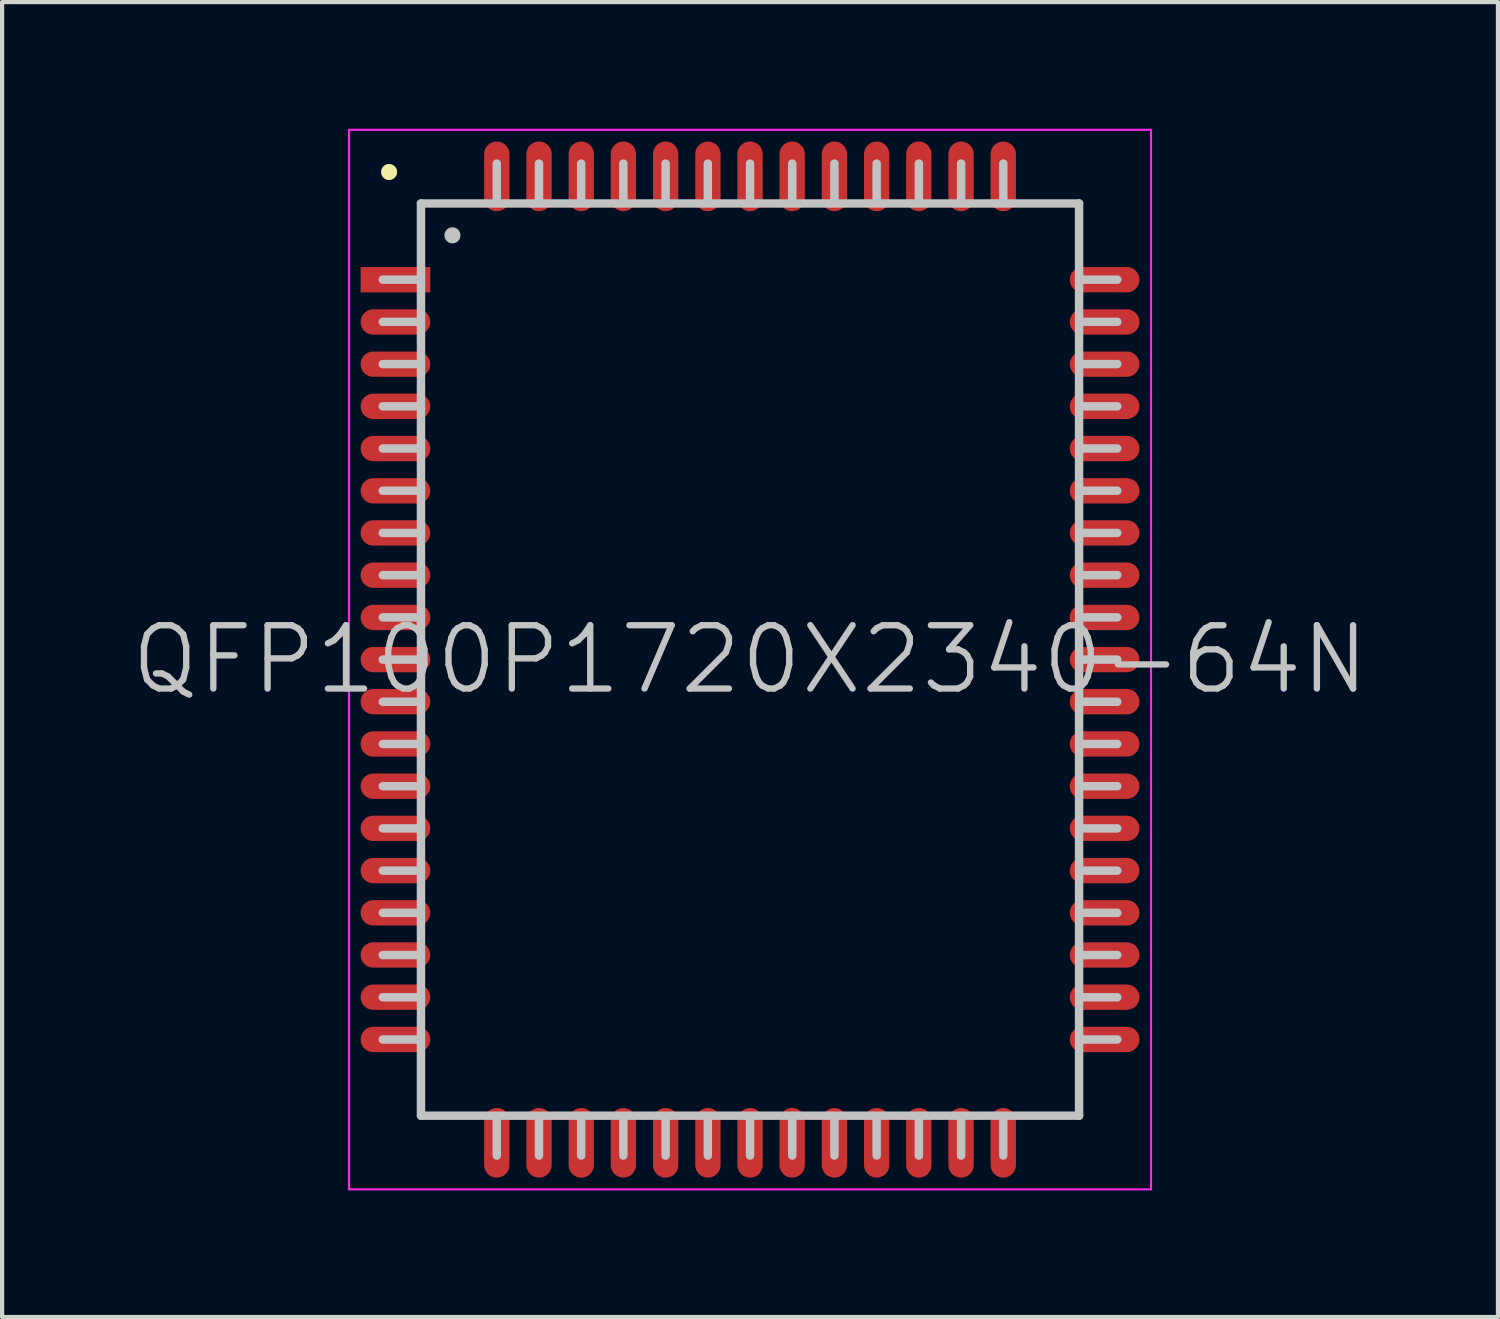
<source format=kicad_pcb>
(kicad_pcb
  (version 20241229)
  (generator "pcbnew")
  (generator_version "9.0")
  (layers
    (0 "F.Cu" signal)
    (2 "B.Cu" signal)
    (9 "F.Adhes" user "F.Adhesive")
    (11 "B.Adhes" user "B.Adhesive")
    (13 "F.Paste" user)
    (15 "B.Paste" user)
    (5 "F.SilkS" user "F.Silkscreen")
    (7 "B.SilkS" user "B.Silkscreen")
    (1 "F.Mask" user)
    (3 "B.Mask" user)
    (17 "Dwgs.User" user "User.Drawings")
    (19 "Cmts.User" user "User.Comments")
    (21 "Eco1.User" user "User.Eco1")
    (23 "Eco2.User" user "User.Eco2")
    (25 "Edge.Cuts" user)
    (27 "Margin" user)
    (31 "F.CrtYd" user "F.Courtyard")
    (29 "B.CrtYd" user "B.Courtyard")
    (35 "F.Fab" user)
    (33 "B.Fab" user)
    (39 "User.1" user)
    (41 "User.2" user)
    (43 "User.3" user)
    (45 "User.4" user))
  (footprint "QFP100P1720X2340-64N"
    (layer "F.Cu")
    (at 14.718 12.575)
    (property "Reference" "QFP100P1720X2340-64N" (at 0 0 0) (layer "Dwgs.User") (effects (font (size 1.5 1.5) (thickness 0.15))))
    (attr smd)
    (fp_line (start -8.55 -11.55) (end -8.55 -11.55) (stroke (width 0.381) (type solid)) (layer "F.SilkS"))
    (fp_line (start -7.8 -9) (end -8.7 -9) (stroke (width 0.2) (type solid)) (layer "Dwgs.User"))
    (fp_line (start -7.8 -8) (end -8.7 -8) (stroke (width 0.2) (type solid)) (layer "Dwgs.User"))
    (fp_line (start -7.8 -7) (end -8.7 -7) (stroke (width 0.2) (type solid)) (layer "Dwgs.User"))
    (fp_line (start -7.8 -6) (end -8.7 -6) (stroke (width 0.2) (type solid)) (layer "Dwgs.User"))
    (fp_line (start -7.8 -5) (end -8.7 -5) (stroke (width 0.2) (type solid)) (layer "Dwgs.User"))
    (fp_line (start -7.8 -4) (end -8.7 -4) (stroke (width 0.2) (type solid)) (layer "Dwgs.User"))
    (fp_line (start -7.8 -3) (end -8.7 -3) (stroke (width 0.2) (type solid)) (layer "Dwgs.User"))
    (fp_line (start -7.8 -2) (end -8.7 -2) (stroke (width 0.2) (type solid)) (layer "Dwgs.User"))
    (fp_line (start -7.8 -1) (end -8.7 -1) (stroke (width 0.2) (type solid)) (layer "Dwgs.User"))
    (fp_line (start -7.8 0) (end -8.7 0) (stroke (width 0.2) (type solid)) (layer "Dwgs.User"))
    (fp_line (start -7.8 1) (end -8.7 1) (stroke (width 0.2) (type solid)) (layer "Dwgs.User"))
    (fp_line (start -7.8 2) (end -8.7 2) (stroke (width 0.2) (type solid)) (layer "Dwgs.User"))
    (fp_line (start -7.8 3) (end -8.7 3) (stroke (width 0.2) (type solid)) (layer "Dwgs.User"))
    (fp_line (start -7.8 4) (end -8.7 4) (stroke (width 0.2) (type solid)) (layer "Dwgs.User"))
    (fp_line (start -7.8 5) (end -8.7 5) (stroke (width 0.2) (type solid)) (layer "Dwgs.User"))
    (fp_line (start -7.8 6) (end -8.7 6) (stroke (width 0.2) (type solid)) (layer "Dwgs.User"))
    (fp_line (start -7.8 7) (end -8.7 7) (stroke (width 0.2) (type solid)) (layer "Dwgs.User"))
    (fp_line (start -7.8 8) (end -8.7 8) (stroke (width 0.2) (type solid)) (layer "Dwgs.User"))
    (fp_line (start -7.8 9) (end -8.7 9) (stroke (width 0.2) (type solid)) (layer "Dwgs.User"))
    (fp_line (start -7.795 -10.805) (end -7.795 10.805) (stroke (width 0.2) (type solid)) (layer "Dwgs.User"))
    (fp_line (start -7.795 -10.805) (end 7.795 -10.805) (stroke (width 0.2) (type solid)) (layer "Dwgs.User"))
    (fp_line (start -7.795 10.805) (end 7.795 10.805) (stroke (width 0.2) (type solid)) (layer "Dwgs.User"))
    (fp_line (start -7.05 -10.05) (end -7.05 -10.05) (stroke (width 0.381) (type solid)) (layer "Dwgs.User"))
    (fp_line (start -6 -10.85) (end -6 -11.75) (stroke (width 0.2) (type solid)) (layer "Dwgs.User"))
    (fp_line (start -6 11.75) (end -6 10.85) (stroke (width 0.2) (type solid)) (layer "Dwgs.User"))
    (fp_line (start -5 -10.85) (end -5 -11.75) (stroke (width 0.2) (type solid)) (layer "Dwgs.User"))
    (fp_line (start -5 11.75) (end -5 10.85) (stroke (width 0.2) (type solid)) (layer "Dwgs.User"))
    (fp_line (start -4 -10.85) (end -4 -11.75) (stroke (width 0.2) (type solid)) (layer "Dwgs.User"))
    (fp_line (start -4 11.75) (end -4 10.85) (stroke (width 0.2) (type solid)) (layer "Dwgs.User"))
    (fp_line (start -3 -10.85) (end -3 -11.75) (stroke (width 0.2) (type solid)) (layer "Dwgs.User"))
    (fp_line (start -3 11.75) (end -3 10.85) (stroke (width 0.2) (type solid)) (layer "Dwgs.User"))
    (fp_line (start -2 -10.85) (end -2 -11.75) (stroke (width 0.2) (type solid)) (layer "Dwgs.User"))
    (fp_line (start -2 11.75) (end -2 10.85) (stroke (width 0.2) (type solid)) (layer "Dwgs.User"))
    (fp_line (start -1 -10.85) (end -1 -11.75) (stroke (width 0.2) (type solid)) (layer "Dwgs.User"))
    (fp_line (start -1 11.75) (end -1 10.85) (stroke (width 0.2) (type solid)) (layer "Dwgs.User"))
    (fp_line (start 0 -10.85) (end 0 -11.75) (stroke (width 0.2) (type solid)) (layer "Dwgs.User"))
    (fp_line (start 0 11.75) (end 0 10.85) (stroke (width 0.2) (type solid)) (layer "Dwgs.User"))
    (fp_line (start 1 -10.85) (end 1 -11.75) (stroke (width 0.2) (type solid)) (layer "Dwgs.User"))
    (fp_line (start 1 11.75) (end 1 10.85) (stroke (width 0.2) (type solid)) (layer "Dwgs.User"))
    (fp_line (start 2 -10.85) (end 2 -11.75) (stroke (width 0.2) (type solid)) (layer "Dwgs.User"))
    (fp_line (start 2 11.75) (end 2 10.85) (stroke (width 0.2) (type solid)) (layer "Dwgs.User"))
    (fp_line (start 3 -10.85) (end 3 -11.75) (stroke (width 0.2) (type solid)) (layer "Dwgs.User"))
    (fp_line (start 3 11.75) (end 3 10.85) (stroke (width 0.2) (type solid)) (layer "Dwgs.User"))
    (fp_line (start 4 -10.85) (end 4 -11.75) (stroke (width 0.2) (type solid)) (layer "Dwgs.User"))
    (fp_line (start 4 11.75) (end 4 10.85) (stroke (width 0.2) (type solid)) (layer "Dwgs.User"))
    (fp_line (start 5 -10.85) (end 5 -11.75) (stroke (width 0.2) (type solid)) (layer "Dwgs.User"))
    (fp_line (start 5 11.75) (end 5 10.85) (stroke (width 0.2) (type solid)) (layer "Dwgs.User"))
    (fp_line (start 6 -10.85) (end 6 -11.75) (stroke (width 0.2) (type solid)) (layer "Dwgs.User"))
    (fp_line (start 6 11.75) (end 6 10.85) (stroke (width 0.2) (type solid)) (layer "Dwgs.User"))
    (fp_line (start 7.795 -10.805) (end 7.795 10.805) (stroke (width 0.2) (type solid)) (layer "Dwgs.User"))
    (fp_line (start 8.7 -9) (end 7.8 -9) (stroke (width 0.2) (type solid)) (layer "Dwgs.User"))
    (fp_line (start 8.7 -8) (end 7.8 -8) (stroke (width 0.2) (type solid)) (layer "Dwgs.User"))
    (fp_line (start 8.7 -7) (end 7.8 -7) (stroke (width 0.2) (type solid)) (layer "Dwgs.User"))
    (fp_line (start 8.7 -6) (end 7.8 -6) (stroke (width 0.2) (type solid)) (layer "Dwgs.User"))
    (fp_line (start 8.7 -5) (end 7.8 -5) (stroke (width 0.2) (type solid)) (layer "Dwgs.User"))
    (fp_line (start 8.7 -4) (end 7.8 -4) (stroke (width 0.2) (type solid)) (layer "Dwgs.User"))
    (fp_line (start 8.7 -3) (end 7.8 -3) (stroke (width 0.2) (type solid)) (layer "Dwgs.User"))
    (fp_line (start 8.7 -2) (end 7.8 -2) (stroke (width 0.2) (type solid)) (layer "Dwgs.User"))
    (fp_line (start 8.7 -1) (end 7.8 -1) (stroke (width 0.2) (type solid)) (layer "Dwgs.User"))
    (fp_line (start 8.7 0) (end 7.8 0) (stroke (width 0.2) (type solid)) (layer "Dwgs.User"))
    (fp_line (start 8.7 1) (end 7.8 1) (stroke (width 0.2) (type solid)) (layer "Dwgs.User"))
    (fp_line (start 8.7 2) (end 7.8 2) (stroke (width 0.2) (type solid)) (layer "Dwgs.User"))
    (fp_line (start 8.7 3) (end 7.8 3) (stroke (width 0.2) (type solid)) (layer "Dwgs.User"))
    (fp_line (start 8.7 4) (end 7.8 4) (stroke (width 0.2) (type solid)) (layer "Dwgs.User"))
    (fp_line (start 8.7 5) (end 7.8 5) (stroke (width 0.2) (type solid)) (layer "Dwgs.User"))
    (fp_line (start 8.7 6) (end 7.8 6) (stroke (width 0.2) (type solid)) (layer "Dwgs.User"))
    (fp_line (start 8.7 7) (end 7.8 7) (stroke (width 0.2) (type solid)) (layer "Dwgs.User"))
    (fp_line (start 8.7 8) (end 7.8 8) (stroke (width 0.2) (type solid)) (layer "Dwgs.User"))
    (fp_line (start 8.7 9) (end 7.8 9) (stroke (width 0.2) (type solid)) (layer "Dwgs.User"))
    (fp_line (start -9.5 -12.55) (end -9.5 12.55) (stroke (width 0.05) (type solid)) (layer "F.CrtYd"))
    (fp_line (start -9.5 -12.55) (end 9.5 -12.55) (stroke (width 0.05) (type solid)) (layer "F.CrtYd"))
    (fp_line (start -9.5 12.55) (end 9.5 12.55) (stroke (width 0.05) (type solid)) (layer "F.CrtYd"))
    (fp_line (start 9.5 -12.55) (end 9.5 12.55) (stroke (width 0.05) (type solid)) (layer "F.CrtYd"))
    (pad "1" smd rect (at -8.4 -8.999 90) (size 0.6 1.65) (layers "F.Cu" "F.Mask" "F.Paste"))
    (pad "2" smd oval (at -8.4 -7.998 90) (size 0.6 1.65) (layers "F.Cu" "F.Mask" "F.Paste"))
    (pad "3" smd oval (at -8.4 -6.998 90) (size 0.6 1.65) (layers "F.Cu" "F.Mask" "F.Paste"))
    (pad "4" smd oval (at -8.4 -5.999 90) (size 0.6 1.65) (layers "F.Cu" "F.Mask" "F.Paste"))
    (pad "5" smd oval (at -8.4 -4.999 90) (size 0.6 1.65) (layers "F.Cu" "F.Mask" "F.Paste"))
    (pad "6" smd oval (at -8.4 -3.998 90) (size 0.6 1.65) (layers "F.Cu" "F.Mask" "F.Paste"))
    (pad "7" smd oval (at -8.4 -3 90) (size 0.6 1.65) (layers "F.Cu" "F.Mask" "F.Paste"))
    (pad "8" smd oval (at -8.4 -1.999 90) (size 0.6 1.65) (layers "F.Cu" "F.Mask" "F.Paste"))
    (pad "9" smd oval (at -8.4 -0.998 90) (size 0.6 1.65) (layers "F.Cu" "F.Mask" "F.Paste"))
    (pad "10" smd oval (at -8.4 0 90) (size 0.6 1.65) (layers "F.Cu" "F.Mask" "F.Paste"))
    (pad "11" smd oval (at -8.4 0.998 90) (size 0.6 1.65) (layers "F.Cu" "F.Mask" "F.Paste"))
    (pad "12" smd oval (at -8.4 1.999 90) (size 0.6 1.65) (layers "F.Cu" "F.Mask" "F.Paste"))
    (pad "13" smd oval (at -8.4 3 90) (size 0.6 1.65) (layers "F.Cu" "F.Mask" "F.Paste"))
    (pad "14" smd oval (at -8.4 3.998 90) (size 0.6 1.65) (layers "F.Cu" "F.Mask" "F.Paste"))
    (pad "15" smd oval (at -8.4 4.999 90) (size 0.6 1.65) (layers "F.Cu" "F.Mask" "F.Paste"))
    (pad "16" smd oval (at -8.4 5.999 90) (size 0.6 1.65) (layers "F.Cu" "F.Mask" "F.Paste"))
    (pad "17" smd oval (at -8.4 6.998 90) (size 0.6 1.65) (layers "F.Cu" "F.Mask" "F.Paste"))
    (pad "18" smd oval (at -8.4 7.998 90) (size 0.6 1.65) (layers "F.Cu" "F.Mask" "F.Paste"))
    (pad "19" smd oval (at -8.4 8.999 90) (size 0.6 1.65) (layers "F.Cu" "F.Mask" "F.Paste"))
    (pad "20" smd oval (at -5.999 11.448 180) (size 0.6 1.65) (layers "F.Cu" "F.Mask" "F.Paste"))
    (pad "21" smd oval (at -4.999 11.448 180) (size 0.6 1.65) (layers "F.Cu" "F.Mask" "F.Paste"))
    (pad "22" smd oval (at -3.998 11.448 180) (size 0.6 1.65) (layers "F.Cu" "F.Mask" "F.Paste"))
    (pad "23" smd oval (at -3 11.448 180) (size 0.6 1.65) (layers "F.Cu" "F.Mask" "F.Paste"))
    (pad "24" smd oval (at -1.999 11.448 180) (size 0.6 1.65) (layers "F.Cu" "F.Mask" "F.Paste"))
    (pad "25" smd oval (at -0.998 11.448 180) (size 0.6 1.65) (layers "F.Cu" "F.Mask" "F.Paste"))
    (pad "26" smd oval (at 0 11.448 180) (size 0.6 1.65) (layers "F.Cu" "F.Mask" "F.Paste"))
    (pad "27" smd oval (at 0.998 11.448 180) (size 0.6 1.65) (layers "F.Cu" "F.Mask" "F.Paste"))
    (pad "28" smd oval (at 1.999 11.448 180) (size 0.6 1.65) (layers "F.Cu" "F.Mask" "F.Paste"))
    (pad "29" smd oval (at 3 11.448 180) (size 0.6 1.65) (layers "F.Cu" "F.Mask" "F.Paste"))
    (pad "30" smd oval (at 3.998 11.448 180) (size 0.6 1.65) (layers "F.Cu" "F.Mask" "F.Paste"))
    (pad "31" smd oval (at 4.999 11.448 180) (size 0.6 1.65) (layers "F.Cu" "F.Mask" "F.Paste"))
    (pad "32" smd oval (at 5.999 11.448 180) (size 0.6 1.65) (layers "F.Cu" "F.Mask" "F.Paste"))
    (pad "33" smd oval (at 8.4 8.999 270) (size 0.6 1.65) (layers "F.Cu" "F.Mask" "F.Paste"))
    (pad "34" smd oval (at 8.4 7.998 270) (size 0.6 1.65) (layers "F.Cu" "F.Mask" "F.Paste"))
    (pad "35" smd oval (at 8.4 6.998 270) (size 0.6 1.65) (layers "F.Cu" "F.Mask" "F.Paste"))
    (pad "36" smd oval (at 8.4 5.999 270) (size 0.6 1.65) (layers "F.Cu" "F.Mask" "F.Paste"))
    (pad "37" smd oval (at 8.4 4.999 270) (size 0.6 1.65) (layers "F.Cu" "F.Mask" "F.Paste"))
    (pad "38" smd oval (at 8.4 3.998 270) (size 0.6 1.65) (layers "F.Cu" "F.Mask" "F.Paste"))
    (pad "39" smd oval (at 8.4 3 270) (size 0.6 1.65) (layers "F.Cu" "F.Mask" "F.Paste"))
    (pad "40" smd oval (at 8.4 1.999 270) (size 0.6 1.65) (layers "F.Cu" "F.Mask" "F.Paste"))
    (pad "41" smd oval (at 8.4 0.998 270) (size 0.6 1.65) (layers "F.Cu" "F.Mask" "F.Paste"))
    (pad "42" smd oval (at 8.4 0 270) (size 0.6 1.65) (layers "F.Cu" "F.Mask" "F.Paste"))
    (pad "43" smd oval (at 8.4 -0.998 270) (size 0.6 1.65) (layers "F.Cu" "F.Mask" "F.Paste"))
    (pad "44" smd oval (at 8.4 -1.999 270) (size 0.6 1.65) (layers "F.Cu" "F.Mask" "F.Paste"))
    (pad "45" smd oval (at 8.4 -3 270) (size 0.6 1.65) (layers "F.Cu" "F.Mask" "F.Paste"))
    (pad "46" smd oval (at 8.4 -3.998 270) (size 0.6 1.65) (layers "F.Cu" "F.Mask" "F.Paste"))
    (pad "47" smd oval (at 8.4 -4.999 270) (size 0.6 1.65) (layers "F.Cu" "F.Mask" "F.Paste"))
    (pad "48" smd oval (at 8.4 -5.999 270) (size 0.6 1.65) (layers "F.Cu" "F.Mask" "F.Paste"))
    (pad "49" smd oval (at 8.4 -6.998 270) (size 0.6 1.65) (layers "F.Cu" "F.Mask" "F.Paste"))
    (pad "50" smd oval (at 8.4 -7.998 270) (size 0.6 1.65) (layers "F.Cu" "F.Mask" "F.Paste"))
    (pad "51" smd oval (at 8.4 -8.999 270) (size 0.6 1.65) (layers "F.Cu" "F.Mask" "F.Paste"))
    (pad "52" smd oval (at 5.999 -11.448) (size 0.6 1.65) (layers "F.Cu" "F.Mask" "F.Paste"))
    (pad "53" smd oval (at 4.999 -11.448) (size 0.6 1.65) (layers "F.Cu" "F.Mask" "F.Paste"))
    (pad "54" smd oval (at 3.998 -11.448) (size 0.6 1.65) (layers "F.Cu" "F.Mask" "F.Paste"))
    (pad "55" smd oval (at 3 -11.448) (size 0.6 1.65) (layers "F.Cu" "F.Mask" "F.Paste"))
    (pad "56" smd oval (at 1.999 -11.448) (size 0.6 1.65) (layers "F.Cu" "F.Mask" "F.Paste"))
    (pad "57" smd oval (at 0.998 -11.448) (size 0.6 1.65) (layers "F.Cu" "F.Mask" "F.Paste"))
    (pad "58" smd oval (at 0 -11.448) (size 0.6 1.65) (layers "F.Cu" "F.Mask" "F.Paste"))
    (pad "59" smd oval (at -0.998 -11.448) (size 0.6 1.65) (layers "F.Cu" "F.Mask" "F.Paste"))
    (pad "60" smd oval (at -1.999 -11.448) (size 0.6 1.65) (layers "F.Cu" "F.Mask" "F.Paste"))
    (pad "61" smd oval (at -3 -11.448) (size 0.6 1.65) (layers "F.Cu" "F.Mask" "F.Paste"))
    (pad "62" smd oval (at -3.998 -11.448) (size 0.6 1.65) (layers "F.Cu" "F.Mask" "F.Paste"))
    (pad "63" smd oval (at -4.999 -11.448) (size 0.6 1.65) (layers "F.Cu" "F.Mask" "F.Paste"))
    (pad "64" smd oval (at -5.999 -11.448) (size 0.6 1.65) (layers "F.Cu" "F.Mask" "F.Paste")))
  (gr_rect
    (start -3 -3)
    (end 32.436 28.15)
    (stroke (width 0.1) (type default))
    (fill no)
    (layer "Edge.Cuts")))
</source>
